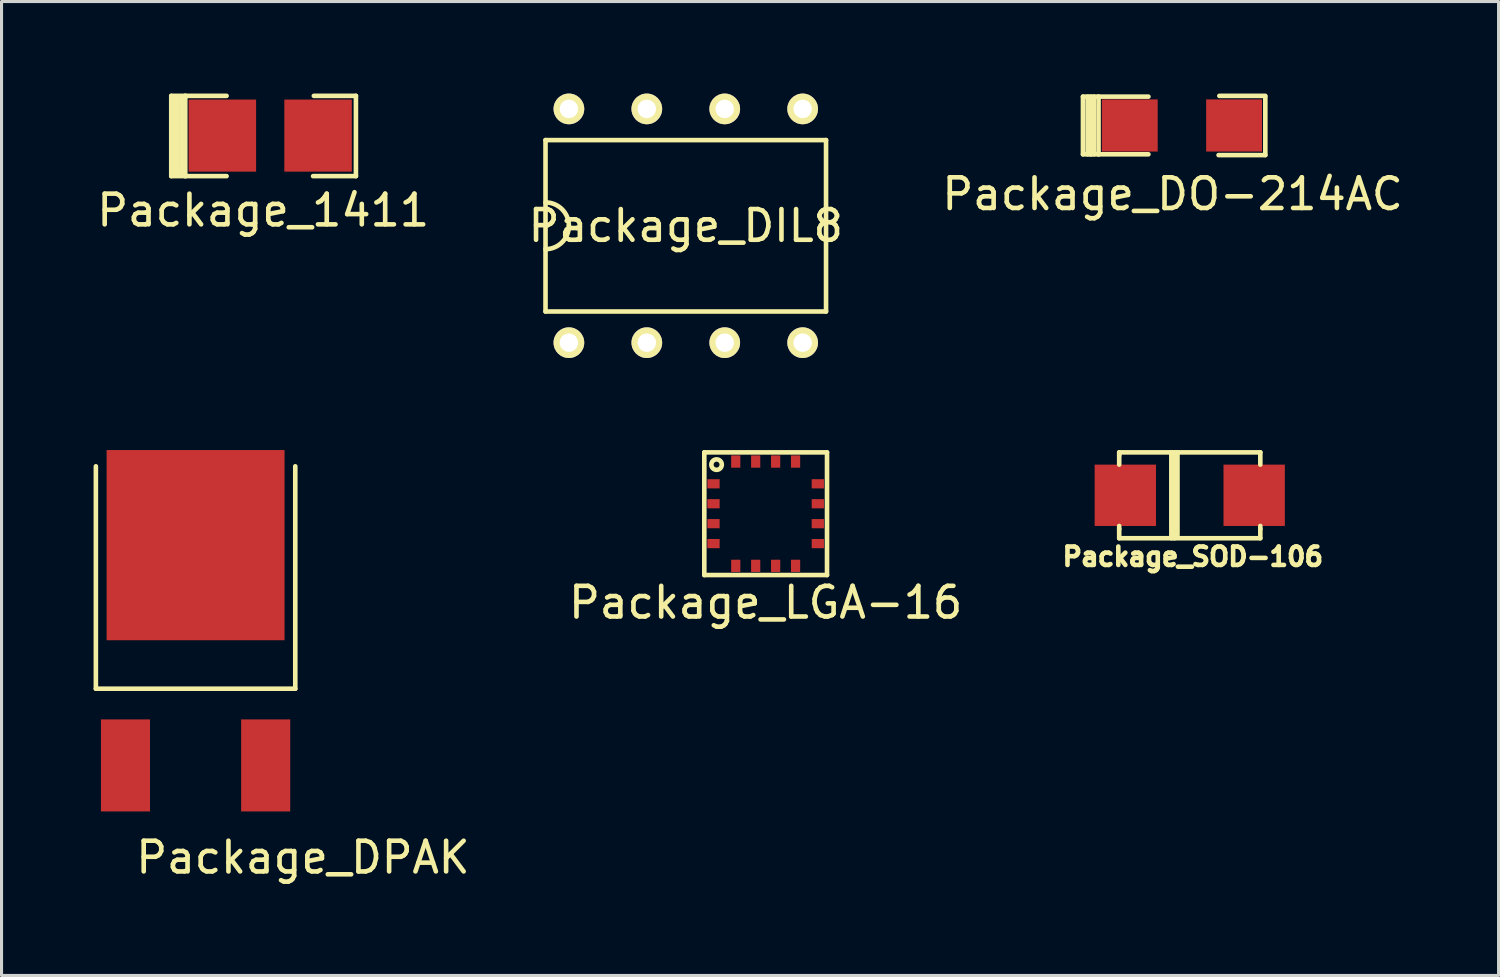
<source format=kicad_pcb>
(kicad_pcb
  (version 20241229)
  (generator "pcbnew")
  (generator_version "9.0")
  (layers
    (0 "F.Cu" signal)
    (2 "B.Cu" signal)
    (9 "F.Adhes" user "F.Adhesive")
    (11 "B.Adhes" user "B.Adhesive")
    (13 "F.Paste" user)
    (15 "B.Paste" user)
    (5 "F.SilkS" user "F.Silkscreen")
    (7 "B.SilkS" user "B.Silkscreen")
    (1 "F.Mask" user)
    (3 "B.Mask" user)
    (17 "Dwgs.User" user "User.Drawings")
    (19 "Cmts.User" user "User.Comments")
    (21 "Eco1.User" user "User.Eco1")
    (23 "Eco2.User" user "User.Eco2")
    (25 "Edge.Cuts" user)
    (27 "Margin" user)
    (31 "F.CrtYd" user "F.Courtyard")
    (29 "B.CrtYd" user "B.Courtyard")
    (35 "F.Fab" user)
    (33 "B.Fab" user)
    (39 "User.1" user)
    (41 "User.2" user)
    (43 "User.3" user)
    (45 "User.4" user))
  (footprint "Package_DIL8"
    (layer "F.Cu")
    (at 23.114 5.58)
    (property "Reference" "Package_DIL8" (at -3.81 -1.27 0) (layer "F.SilkS") (effects (font (size 1 1) (thickness 0.15))))
    (attr through_hole)
    (fp_line (start -8.382 1.524) (end -8.382 -4.064) (stroke (width 0.15) (type solid)) (layer "F.SilkS"))
    (fp_line (start -8.382 1.524) (end 0.762 1.524) (stroke (width 0.15) (type solid)) (layer "F.SilkS"))
    (fp_line (start 0.762 -4.064) (end -8.382 -4.064) (stroke (width 0.15) (type solid)) (layer "F.SilkS"))
    (fp_line (start 0.762 -4.064) (end 0.762 1.524) (stroke (width 0.15) (type solid)) (layer "F.SilkS"))
    (fp_arc (start -8.382 -2.032) (mid -7.843185 -1.808815) (end -7.62 -1.27) (stroke (width 0.15) (type solid)) (layer "F.SilkS"))
    (fp_arc (start -7.62 -1.27) (mid -7.843185 -0.731185) (end -8.382 -0.508) (stroke (width 0.15) (type solid)) (layer "F.SilkS"))
    (pad "1" thru_hole circle (at -7.62 -5.08) (size 1 1) (drill 0.6) (layers "*.Cu" "*.Mask" "F.SilkS"))
    (pad "2" thru_hole circle (at -5.08 -5.08) (size 1 1) (drill 0.6) (layers "*.Cu" "*.Mask" "F.SilkS"))
    (pad "3" thru_hole circle (at -2.54 -5.08) (size 1 1) (drill 0.6) (layers "*.Cu" "*.Mask" "F.SilkS"))
    (pad "4" thru_hole circle (at 0 -5.08) (size 1 1) (drill 0.6) (layers "*.Cu" "*.Mask" "F.SilkS"))
    (pad "5" thru_hole circle (at 0 2.54) (size 1 1) (drill 0.6) (layers "*.Cu" "*.Mask" "F.SilkS"))
    (pad "6" thru_hole circle (at -2.54 2.54) (size 1 1) (drill 0.6) (layers "*.Cu" "*.Mask" "F.SilkS"))
    (pad "7" thru_hole circle (at -5.08 2.54) (size 1 1) (drill 0.6) (layers "*.Cu" "*.Mask" "F.SilkS"))
    (pad "8" thru_hole circle (at -7.62 2.54) (size 1 1) (drill 0.6) (layers "*.Cu" "*.Mask" "F.SilkS")))
  (footprint "Package_LGA-16"
    (layer "F.Cu")
    (at 21.908 13.695)
    (property "Reference" "Package_LGA-16" (at 0 2.896 0) (layer "F.SilkS") (effects (font (size 1 1) (thickness 0.15))))
    (attr through_hole)
    (fp_line (start -2 -2) (end 2 -2) (stroke (width 0.15) (type solid)) (layer "F.SilkS"))
    (fp_line (start -2 2) (end -2 -2) (stroke (width 0.15) (type solid)) (layer "F.SilkS"))
    (fp_line (start 2 -2) (end 2 2) (stroke (width 0.15) (type solid)) (layer "F.SilkS"))
    (fp_line (start 2 2) (end -2 2) (stroke (width 0.15) (type solid)) (layer "F.SilkS"))
    (fp_circle (center -1.6 -1.6) (end -1.676 -1.753) (stroke (width 0.15) (type solid)) (fill no) (layer "F.SilkS"))
    (pad "1" smd rect (at 1.7 -0.975) (size 0.4 0.3) (layers "F.Cu" "F.Mask" "F.Paste"))
    (pad "2" smd rect (at 1.7 -0.325) (size 0.4 0.3) (layers "F.Cu" "F.Mask" "F.Paste"))
    (pad "3" smd rect (at 1.7 0.325) (size 0.4 0.3) (layers "F.Cu" "F.Mask" "F.Paste"))
    (pad "4" smd rect (at 1.7 0.975) (size 0.4 0.3) (layers "F.Cu" "F.Mask" "F.Paste"))
    (pad "5" smd rect (at 0.975 1.7) (size 0.3 0.4) (layers "F.Cu" "F.Mask" "F.Paste"))
    (pad "6" smd rect (at 0.325 1.7) (size 0.3 0.4) (layers "F.Cu" "F.Mask" "F.Paste"))
    (pad "7" smd rect (at -0.325 1.7) (size 0.3 0.4) (layers "F.Cu" "F.Mask" "F.Paste"))
    (pad "8" smd rect (at -0.975 1.7) (size 0.3 0.4) (layers "F.Cu" "F.Mask" "F.Paste"))
    (pad "9" smd rect (at -1.7 0.975) (size 0.4 0.3) (layers "F.Cu" "F.Mask" "F.Paste"))
    (pad "10" smd rect (at -1.7 0.325) (size 0.4 0.3) (layers "F.Cu" "F.Mask" "F.Paste"))
    (pad "11" smd rect (at -1.7 -0.325) (size 0.4 0.3) (layers "F.Cu" "F.Mask" "F.Paste"))
    (pad "12" smd rect (at -1.7 -0.975) (size 0.4 0.3) (layers "F.Cu" "F.Mask" "F.Paste"))
    (pad "13" smd rect (at -0.975 -1.7) (size 0.3 0.4) (layers "F.Cu" "F.Mask" "F.Paste"))
    (pad "14" smd rect (at -0.325 -1.7) (size 0.3 0.4) (layers "F.Cu" "F.Mask" "F.Paste"))
    (pad "15" smd rect (at 0.325 -1.7) (size 0.3 0.4) (layers "F.Cu" "F.Mask" "F.Paste"))
    (pad "16" smd rect (at 0.975 -1.7) (size 0.3 0.4) (layers "F.Cu" "F.Mask" "F.Paste")))
  (footprint "Package_SOD-106"
    (layer "F.Cu")
    (at 35.732 13.095)
    (property "Reference" "Package_SOD-106" (at 0.1 2 0) (layer "F.SilkS") (effects (font (size 0.6 0.6) (thickness 0.15))))
    (attr through_hole)
    (fp_line (start -2.3 -1.4) (end 2.3 -1.4) (stroke (width 0.15) (type solid)) (layer "F.SilkS"))
    (fp_line (start -2.3 -1.3) (end -2.3 -1.4) (stroke (width 0.15) (type solid)) (layer "F.SilkS"))
    (fp_line (start -2.3 -1) (end -2.3 -1.3) (stroke (width 0.15) (type solid)) (layer "F.SilkS"))
    (fp_line (start -2.3 1.1) (end -2.3 1) (stroke (width 0.15) (type solid)) (layer "F.SilkS"))
    (fp_line (start -2.3 1.4) (end -2.3 1.1) (stroke (width 0.15) (type solid)) (layer "F.SilkS"))
    (fp_line (start -0.6 1.4) (end -0.6 -1.4) (stroke (width 0.15) (type solid)) (layer "F.SilkS"))
    (fp_line (start -0.5 -1.4) (end -0.5 1.4) (stroke (width 0.15) (type solid)) (layer "F.SilkS"))
    (fp_line (start -0.4 -1.4) (end -0.4 1.3) (stroke (width 0.15) (type solid)) (layer "F.SilkS"))
    (fp_line (start 2.3 -1.4) (end 2.3 -1) (stroke (width 0.15) (type solid)) (layer "F.SilkS"))
    (fp_line (start 2.3 1.1) (end 2.3 1) (stroke (width 0.15) (type solid)) (layer "F.SilkS"))
    (fp_line (start 2.3 1.1) (end 2.3 1.4) (stroke (width 0.15) (type solid)) (layer "F.SilkS"))
    (fp_line (start 2.3 1.4) (end -2.3 1.4) (stroke (width 0.15) (type solid)) (layer "F.SilkS"))
    (pad "1" smd rect (at 2.1 0) (size 2 2) (layers "F.Cu" "F.Mask" "F.Paste"))
    (pad "2" smd rect (at -2.1 0) (size 2 2) (layers "F.Cu" "F.Mask" "F.Paste")))
  (footprint "Package_DO-214AC"
    (layer "F.Cu")
    (at 35.477 1.04)
    (property "Reference" "Package_DO-214AC" (at -0.305 2.235 0) (layer "F.SilkS") (effects (font (size 1 1) (thickness 0.15))))
    (attr through_hole)
    (fp_line (start -3.226 -0.94) (end -3.226 0.94) (stroke (width 0.15) (type solid)) (layer "F.SilkS"))
    (fp_line (start -3.226 0.94) (end -2.718 0.94) (stroke (width 0.15) (type solid)) (layer "F.SilkS"))
    (fp_line (start -3.073 0.94) (end -3.073 -0.94) (stroke (width 0.15) (type solid)) (layer "F.SilkS"))
    (fp_line (start -2.972 -0.94) (end -2.972 0.94) (stroke (width 0.15) (type solid)) (layer "F.SilkS"))
    (fp_line (start -2.972 0.94) (end -2.946 -0.66) (stroke (width 0.15) (type solid)) (layer "F.SilkS"))
    (fp_line (start -2.87 -0.94) (end -2.87 0.94) (stroke (width 0.15) (type solid)) (layer "F.SilkS"))
    (fp_line (start -2.743 -0.94) (end -3.226 -0.94) (stroke (width 0.15) (type solid)) (layer "F.SilkS"))
    (fp_line (start -2.718 -0.94) (end -1.092 -0.94) (stroke (width 0.15) (type solid)) (layer "F.SilkS"))
    (fp_line (start -2.718 0.94) (end -2.718 -0.94) (stroke (width 0.15) (type solid)) (layer "F.SilkS"))
    (fp_line (start -1.092 0.94) (end -2.718 0.94) (stroke (width 0.15) (type solid)) (layer "F.SilkS"))
    (fp_line (start 1.219 -0.965) (end 2.718 -0.965) (stroke (width 0.15) (type solid)) (layer "F.SilkS"))
    (fp_line (start 2.718 -0.94) (end 2.718 0.965) (stroke (width 0.15) (type solid)) (layer "F.SilkS"))
    (fp_line (start 2.718 0.965) (end 1.194 0.965) (stroke (width 0.15) (type solid)) (layer "F.SilkS"))
    (pad "1" smd rect (at -1.7 0) (size 1.82 1.7) (layers "F.Cu" "F.Mask" "F.Paste"))
    (pad "2" smd rect (at 1.7 0) (size 1.82 1.7) (layers "F.Cu" "F.Mask" "F.Paste")))
  (footprint "Package_DPAK"
    (layer "F.Cu")
    (at 3.325 20.4)
    (property "Reference" "Package_DPAK" (at 3.5 4.5 0) (layer "F.SilkS") (effects (font (size 1 1) (thickness 0.15))))
    (attr through_hole)
    (fp_line (start -3.25 -1) (end -3.25 -8.25) (stroke (width 0.15) (type solid)) (layer "F.SilkS"))
    (fp_line (start 3.25 -8.25) (end 3.25 -1) (stroke (width 0.15) (type solid)) (layer "F.SilkS"))
    (fp_line (start 3.25 -1) (end -3.25 -1) (stroke (width 0.15) (type solid)) (layer "F.SilkS"))
    (pad "1" smd rect (at -2.285 1.5) (size 1.6 3) (layers "F.Cu" "F.Mask" "F.Paste"))
    (pad "2" smd rect (at 0 -5.68) (size 5.8 6.2) (layers "F.Cu" "F.Mask" "F.Paste"))
    (pad "3" smd rect (at 2.285 1.5) (size 1.6 3) (layers "F.Cu" "F.Mask" "F.Paste")))
  (footprint "Package_1411"
    (layer "F.Cu")
    (at 5.758 1.37)
    (property "Reference" "Package_1411" (at -0.229 2.438 0) (layer "F.SilkS") (effects (font (size 1 1) (thickness 0.15))))
    (attr through_hole)
    (fp_line (start -3.226 -1.295) (end -3.226 1.321) (stroke (width 0.15) (type solid)) (layer "F.SilkS"))
    (fp_line (start -3.226 1.321) (end -2.769 1.321) (stroke (width 0.15) (type solid)) (layer "F.SilkS"))
    (fp_line (start -3.124 1.295) (end -3.124 -1.219) (stroke (width 0.15) (type solid)) (layer "F.SilkS"))
    (fp_line (start -3.023 1.27) (end -3.023 -1.245) (stroke (width 0.15) (type solid)) (layer "F.SilkS"))
    (fp_line (start -2.896 -1.27) (end -2.896 1.27) (stroke (width 0.15) (type solid)) (layer "F.SilkS"))
    (fp_line (start -2.769 -1.295) (end -3.226 -1.295) (stroke (width 0.15) (type solid)) (layer "F.SilkS"))
    (fp_line (start -2.769 -1.295) (end -1.422 -1.295) (stroke (width 0.15) (type solid)) (layer "F.SilkS"))
    (fp_line (start -2.769 -1.245) (end -2.769 -1.295) (stroke (width 0.15) (type solid)) (layer "F.SilkS"))
    (fp_line (start -2.769 -1.245) (end -2.769 1.321) (stroke (width 0.15) (type solid)) (layer "F.SilkS"))
    (fp_line (start -2.769 1.321) (end -1.422 1.321) (stroke (width 0.15) (type solid)) (layer "F.SilkS"))
    (fp_line (start 1.397 1.321) (end 2.794 1.321) (stroke (width 0.15) (type solid)) (layer "F.SilkS"))
    (fp_line (start 2.794 -1.295) (end 1.422 -1.295) (stroke (width 0.15) (type solid)) (layer "F.SilkS"))
    (fp_line (start 2.794 1.321) (end 2.794 -1.295) (stroke (width 0.15) (type solid)) (layer "F.SilkS"))
    (pad "1" smd rect (at -1.56 0) (size 2.2 2.35) (layers "F.Cu" "F.Mask" "F.Paste"))
    (pad "2" smd rect (at 1.56 0) (size 2.2 2.35) (layers "F.Cu" "F.Mask" "F.Paste")))
  (gr_rect
    (start -3 -3)
    (end 45.798 28.748)
    (stroke (width 0.1) (type default))
    (fill no)
    (layer "Edge.Cuts")))
</source>
